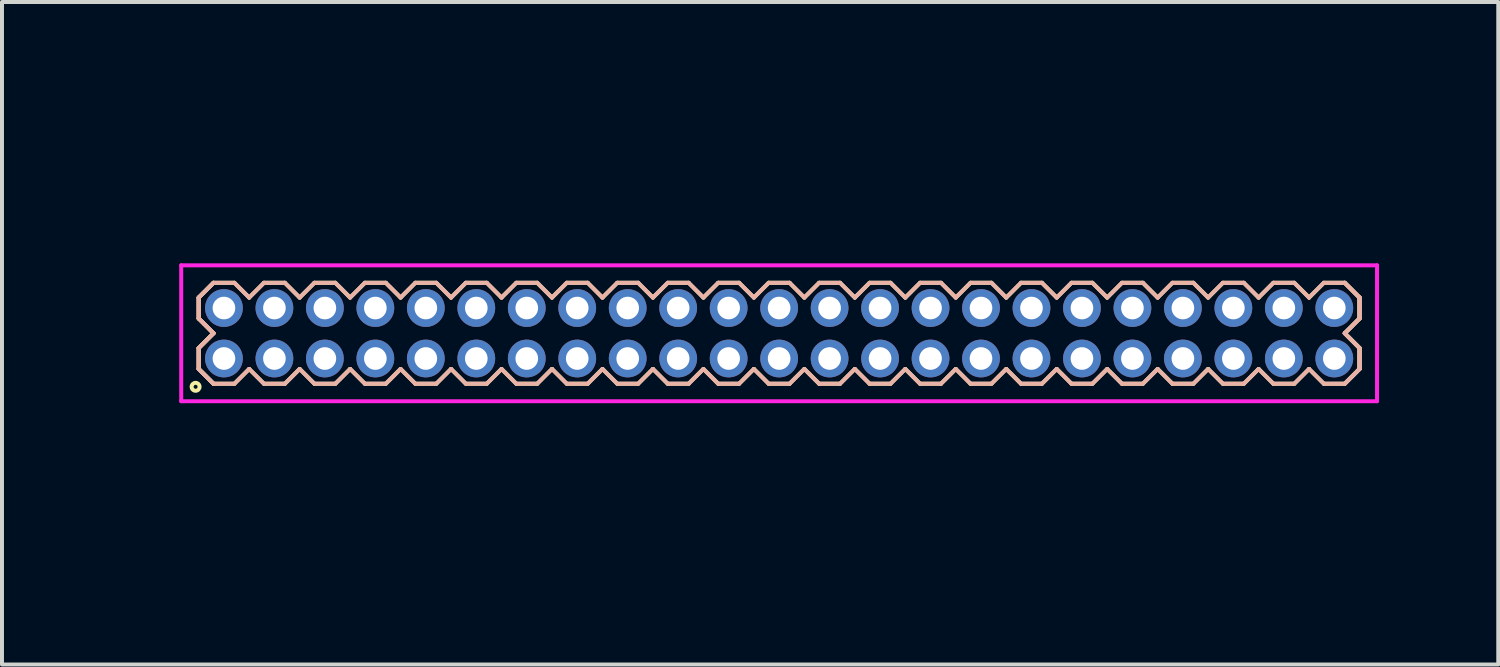
<source format=kicad_pcb>
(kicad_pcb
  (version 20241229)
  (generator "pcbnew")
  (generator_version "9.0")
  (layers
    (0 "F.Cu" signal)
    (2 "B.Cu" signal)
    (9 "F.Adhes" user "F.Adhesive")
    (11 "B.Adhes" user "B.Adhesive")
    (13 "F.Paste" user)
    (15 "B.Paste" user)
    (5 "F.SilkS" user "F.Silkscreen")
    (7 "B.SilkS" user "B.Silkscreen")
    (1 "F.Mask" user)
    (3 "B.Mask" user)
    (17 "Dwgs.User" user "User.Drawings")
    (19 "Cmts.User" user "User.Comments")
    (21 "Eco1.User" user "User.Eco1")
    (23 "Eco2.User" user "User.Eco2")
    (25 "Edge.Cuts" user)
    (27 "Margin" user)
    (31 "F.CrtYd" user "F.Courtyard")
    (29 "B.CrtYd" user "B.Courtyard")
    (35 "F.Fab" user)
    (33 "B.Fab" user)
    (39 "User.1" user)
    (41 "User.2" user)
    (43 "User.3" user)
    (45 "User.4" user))
  (footprint "HDR127P23x2"
    (layer "F.Cu")
    (at 16.555 5.336)
    (property "Reference" "HDR127P23x2" (at -15.795 0 90) (layer "User.1") (effects (font (size 1 1) (thickness 0.1))))
    (attr through_hole)
    (fp_line (start -14.605 -0.898) (end -14.233 -1.27) (stroke (width 0.1) (type solid)) (layer "F.SilkS"))
    (fp_line (start -14.605 -0.898) (end -14.233 -1.27) (stroke (width 0.1) (type solid)) (layer "F.SilkS"))
    (fp_line (start -14.605 -0.372) (end -14.605 -0.898) (stroke (width 0.1) (type solid)) (layer "F.SilkS"))
    (fp_line (start -14.605 -0.372) (end -14.605 -0.898) (stroke (width 0.1) (type solid)) (layer "F.SilkS"))
    (fp_line (start -14.605 0.372) (end -14.233 0) (stroke (width 0.1) (type solid)) (layer "F.SilkS"))
    (fp_line (start -14.605 0.372) (end -14.233 0) (stroke (width 0.1) (type solid)) (layer "F.SilkS"))
    (fp_line (start -14.605 0.898) (end -14.605 0.372) (stroke (width 0.1) (type solid)) (layer "F.SilkS"))
    (fp_line (start -14.605 0.898) (end -14.605 0.372) (stroke (width 0.1) (type solid)) (layer "F.SilkS"))
    (fp_line (start -14.233 -1.27) (end -13.707 -1.27) (stroke (width 0.1) (type solid)) (layer "F.SilkS"))
    (fp_line (start -14.233 0) (end -14.605 -0.372) (stroke (width 0.1) (type solid)) (layer "F.SilkS"))
    (fp_line (start -14.233 0) (end -14.605 -0.372) (stroke (width 0.1) (type solid)) (layer "F.SilkS"))
    (fp_line (start -14.233 1.27) (end -14.605 0.898) (stroke (width 0.1) (type solid)) (layer "F.SilkS"))
    (fp_line (start -14.233 1.27) (end -14.605 0.898) (stroke (width 0.1) (type solid)) (layer "F.SilkS"))
    (fp_line (start -13.707 -1.27) (end -13.335 -0.898) (stroke (width 0.1) (type solid)) (layer "F.SilkS"))
    (fp_line (start -13.707 1.27) (end -14.233 1.27) (stroke (width 0.1) (type solid)) (layer "F.SilkS"))
    (fp_line (start -13.335 -0.898) (end -12.963 -1.27) (stroke (width 0.1) (type solid)) (layer "F.SilkS"))
    (fp_line (start -13.335 0.898) (end -13.707 1.27) (stroke (width 0.1) (type solid)) (layer "F.SilkS"))
    (fp_line (start -12.963 -1.27) (end -12.437 -1.27) (stroke (width 0.1) (type solid)) (layer "F.SilkS"))
    (fp_line (start -12.963 1.27) (end -13.335 0.898) (stroke (width 0.1) (type solid)) (layer "F.SilkS"))
    (fp_line (start -12.437 -1.27) (end -12.065 -0.898) (stroke (width 0.1) (type solid)) (layer "F.SilkS"))
    (fp_line (start -12.437 1.27) (end -12.963 1.27) (stroke (width 0.1) (type solid)) (layer "F.SilkS"))
    (fp_line (start -12.065 -0.898) (end -11.693 -1.27) (stroke (width 0.1) (type solid)) (layer "F.SilkS"))
    (fp_line (start -12.065 0.898) (end -12.437 1.27) (stroke (width 0.1) (type solid)) (layer "F.SilkS"))
    (fp_line (start -11.693 -1.27) (end -11.167 -1.27) (stroke (width 0.1) (type solid)) (layer "F.SilkS"))
    (fp_line (start -11.693 1.27) (end -12.065 0.898) (stroke (width 0.1) (type solid)) (layer "F.SilkS"))
    (fp_line (start -11.167 -1.27) (end -10.795 -0.898) (stroke (width 0.1) (type solid)) (layer "F.SilkS"))
    (fp_line (start -11.167 1.27) (end -11.693 1.27) (stroke (width 0.1) (type solid)) (layer "F.SilkS"))
    (fp_line (start -10.795 -0.898) (end -10.423 -1.27) (stroke (width 0.1) (type solid)) (layer "F.SilkS"))
    (fp_line (start -10.795 0.898) (end -11.167 1.27) (stroke (width 0.1) (type solid)) (layer "F.SilkS"))
    (fp_line (start -10.423 -1.27) (end -9.897 -1.27) (stroke (width 0.1) (type solid)) (layer "F.SilkS"))
    (fp_line (start -10.423 1.27) (end -10.795 0.898) (stroke (width 0.1) (type solid)) (layer "F.SilkS"))
    (fp_line (start -9.897 -1.27) (end -9.525 -0.898) (stroke (width 0.1) (type solid)) (layer "F.SilkS"))
    (fp_line (start -9.897 1.27) (end -10.423 1.27) (stroke (width 0.1) (type solid)) (layer "F.SilkS"))
    (fp_line (start -9.525 -0.898) (end -9.153 -1.27) (stroke (width 0.1) (type solid)) (layer "F.SilkS"))
    (fp_line (start -9.525 0.898) (end -9.897 1.27) (stroke (width 0.1) (type solid)) (layer "F.SilkS"))
    (fp_line (start -9.153 -1.27) (end -8.627 -1.27) (stroke (width 0.1) (type solid)) (layer "F.SilkS"))
    (fp_line (start -9.153 1.27) (end -9.525 0.898) (stroke (width 0.1) (type solid)) (layer "F.SilkS"))
    (fp_line (start -8.627 -1.27) (end -8.255 -0.898) (stroke (width 0.1) (type solid)) (layer "F.SilkS"))
    (fp_line (start -8.627 1.27) (end -9.153 1.27) (stroke (width 0.1) (type solid)) (layer "F.SilkS"))
    (fp_line (start -8.255 -0.898) (end -7.883 -1.27) (stroke (width 0.1) (type solid)) (layer "F.SilkS"))
    (fp_line (start -8.255 0.898) (end -8.627 1.27) (stroke (width 0.1) (type solid)) (layer "F.SilkS"))
    (fp_line (start -7.883 -1.27) (end -7.357 -1.27) (stroke (width 0.1) (type solid)) (layer "F.SilkS"))
    (fp_line (start -7.883 1.27) (end -8.255 0.898) (stroke (width 0.1) (type solid)) (layer "F.SilkS"))
    (fp_line (start -7.357 -1.27) (end -6.985 -0.898) (stroke (width 0.1) (type solid)) (layer "F.SilkS"))
    (fp_line (start -7.357 1.27) (end -7.883 1.27) (stroke (width 0.1) (type solid)) (layer "F.SilkS"))
    (fp_line (start -6.985 -0.898) (end -6.613 -1.27) (stroke (width 0.1) (type solid)) (layer "F.SilkS"))
    (fp_line (start -6.985 0.898) (end -7.357 1.27) (stroke (width 0.1) (type solid)) (layer "F.SilkS"))
    (fp_line (start -6.613 -1.27) (end -6.087 -1.27) (stroke (width 0.1) (type solid)) (layer "F.SilkS"))
    (fp_line (start -6.613 1.27) (end -6.985 0.898) (stroke (width 0.1) (type solid)) (layer "F.SilkS"))
    (fp_line (start -6.087 -1.27) (end -5.715 -0.898) (stroke (width 0.1) (type solid)) (layer "F.SilkS"))
    (fp_line (start -6.087 1.27) (end -6.613 1.27) (stroke (width 0.1) (type solid)) (layer "F.SilkS"))
    (fp_line (start -5.715 -0.898) (end -5.343 -1.27) (stroke (width 0.1) (type solid)) (layer "F.SilkS"))
    (fp_line (start -5.715 0.898) (end -6.087 1.27) (stroke (width 0.1) (type solid)) (layer "F.SilkS"))
    (fp_line (start -5.343 -1.27) (end -4.817 -1.27) (stroke (width 0.1) (type solid)) (layer "F.SilkS"))
    (fp_line (start -5.343 1.27) (end -5.715 0.898) (stroke (width 0.1) (type solid)) (layer "F.SilkS"))
    (fp_line (start -4.817 -1.27) (end -4.445 -0.898) (stroke (width 0.1) (type solid)) (layer "F.SilkS"))
    (fp_line (start -4.817 1.27) (end -5.343 1.27) (stroke (width 0.1) (type solid)) (layer "F.SilkS"))
    (fp_line (start -4.445 -0.898) (end -4.073 -1.27) (stroke (width 0.1) (type solid)) (layer "F.SilkS"))
    (fp_line (start -4.445 0.898) (end -4.817 1.27) (stroke (width 0.1) (type solid)) (layer "F.SilkS"))
    (fp_line (start -4.073 -1.27) (end -3.547 -1.27) (stroke (width 0.1) (type solid)) (layer "F.SilkS"))
    (fp_line (start -4.073 1.27) (end -4.445 0.898) (stroke (width 0.1) (type solid)) (layer "F.SilkS"))
    (fp_line (start -3.547 -1.27) (end -3.175 -0.898) (stroke (width 0.1) (type solid)) (layer "F.SilkS"))
    (fp_line (start -3.547 1.27) (end -4.073 1.27) (stroke (width 0.1) (type solid)) (layer "F.SilkS"))
    (fp_line (start -3.175 -0.898) (end -2.803 -1.27) (stroke (width 0.1) (type solid)) (layer "F.SilkS"))
    (fp_line (start -3.175 0.898) (end -3.547 1.27) (stroke (width 0.1) (type solid)) (layer "F.SilkS"))
    (fp_line (start -2.803 -1.27) (end -2.277 -1.27) (stroke (width 0.1) (type solid)) (layer "F.SilkS"))
    (fp_line (start -2.803 1.27) (end -3.175 0.898) (stroke (width 0.1) (type solid)) (layer "F.SilkS"))
    (fp_line (start -2.277 -1.27) (end -1.905 -0.898) (stroke (width 0.1) (type solid)) (layer "F.SilkS"))
    (fp_line (start -2.277 1.27) (end -2.803 1.27) (stroke (width 0.1) (type solid)) (layer "F.SilkS"))
    (fp_line (start -1.905 -0.898) (end -1.533 -1.27) (stroke (width 0.1) (type solid)) (layer "F.SilkS"))
    (fp_line (start -1.905 0.898) (end -2.277 1.27) (stroke (width 0.1) (type solid)) (layer "F.SilkS"))
    (fp_line (start -1.533 -1.27) (end -1.007 -1.27) (stroke (width 0.1) (type solid)) (layer "F.SilkS"))
    (fp_line (start -1.533 1.27) (end -1.905 0.898) (stroke (width 0.1) (type solid)) (layer "F.SilkS"))
    (fp_line (start -1.007 -1.27) (end -0.635 -0.898) (stroke (width 0.1) (type solid)) (layer "F.SilkS"))
    (fp_line (start -1.007 1.27) (end -1.533 1.27) (stroke (width 0.1) (type solid)) (layer "F.SilkS"))
    (fp_line (start -0.635 -0.898) (end -0.263 -1.27) (stroke (width 0.1) (type solid)) (layer "F.SilkS"))
    (fp_line (start -0.635 0.898) (end -1.007 1.27) (stroke (width 0.1) (type solid)) (layer "F.SilkS"))
    (fp_line (start -0.263 -1.27) (end 0.263 -1.27) (stroke (width 0.1) (type solid)) (layer "F.SilkS"))
    (fp_line (start -0.263 1.27) (end -0.635 0.898) (stroke (width 0.1) (type solid)) (layer "F.SilkS"))
    (fp_line (start 0.263 -1.27) (end 0.635 -0.898) (stroke (width 0.1) (type solid)) (layer "F.SilkS"))
    (fp_line (start 0.263 1.27) (end -0.263 1.27) (stroke (width 0.1) (type solid)) (layer "F.SilkS"))
    (fp_line (start 0.635 -0.898) (end 1.007 -1.27) (stroke (width 0.1) (type solid)) (layer "F.SilkS"))
    (fp_line (start 0.635 0.898) (end 0.263 1.27) (stroke (width 0.1) (type solid)) (layer "F.SilkS"))
    (fp_line (start 1.007 -1.27) (end 1.533 -1.27) (stroke (width 0.1) (type solid)) (layer "F.SilkS"))
    (fp_line (start 1.007 1.27) (end 0.635 0.898) (stroke (width 0.1) (type solid)) (layer "F.SilkS"))
    (fp_line (start 1.533 -1.27) (end 1.905 -0.898) (stroke (width 0.1) (type solid)) (layer "F.SilkS"))
    (fp_line (start 1.533 1.27) (end 1.007 1.27) (stroke (width 0.1) (type solid)) (layer "F.SilkS"))
    (fp_line (start 1.905 -0.898) (end 2.277 -1.27) (stroke (width 0.1) (type solid)) (layer "F.SilkS"))
    (fp_line (start 1.905 0.898) (end 1.533 1.27) (stroke (width 0.1) (type solid)) (layer "F.SilkS"))
    (fp_line (start 2.277 -1.27) (end 2.803 -1.27) (stroke (width 0.1) (type solid)) (layer "F.SilkS"))
    (fp_line (start 2.277 1.27) (end 1.905 0.898) (stroke (width 0.1) (type solid)) (layer "F.SilkS"))
    (fp_line (start 2.803 -1.27) (end 3.175 -0.898) (stroke (width 0.1) (type solid)) (layer "F.SilkS"))
    (fp_line (start 2.803 1.27) (end 2.277 1.27) (stroke (width 0.1) (type solid)) (layer "F.SilkS"))
    (fp_line (start 3.175 -0.898) (end 3.547 -1.27) (stroke (width 0.1) (type solid)) (layer "F.SilkS"))
    (fp_line (start 3.175 0.898) (end 2.803 1.27) (stroke (width 0.1) (type solid)) (layer "F.SilkS"))
    (fp_line (start 3.547 -1.27) (end 4.073 -1.27) (stroke (width 0.1) (type solid)) (layer "F.SilkS"))
    (fp_line (start 3.547 1.27) (end 3.175 0.898) (stroke (width 0.1) (type solid)) (layer "F.SilkS"))
    (fp_line (start 4.073 -1.27) (end 4.445 -0.898) (stroke (width 0.1) (type solid)) (layer "F.SilkS"))
    (fp_line (start 4.073 1.27) (end 3.547 1.27) (stroke (width 0.1) (type solid)) (layer "F.SilkS"))
    (fp_line (start 4.445 -0.898) (end 4.817 -1.27) (stroke (width 0.1) (type solid)) (layer "F.SilkS"))
    (fp_line (start 4.445 0.898) (end 4.073 1.27) (stroke (width 0.1) (type solid)) (layer "F.SilkS"))
    (fp_line (start 4.817 -1.27) (end 5.343 -1.27) (stroke (width 0.1) (type solid)) (layer "F.SilkS"))
    (fp_line (start 4.817 1.27) (end 4.445 0.898) (stroke (width 0.1) (type solid)) (layer "F.SilkS"))
    (fp_line (start 5.343 -1.27) (end 5.715 -0.898) (stroke (width 0.1) (type solid)) (layer "F.SilkS"))
    (fp_line (start 5.343 1.27) (end 4.817 1.27) (stroke (width 0.1) (type solid)) (layer "F.SilkS"))
    (fp_line (start 5.715 -0.898) (end 6.087 -1.27) (stroke (width 0.1) (type solid)) (layer "F.SilkS"))
    (fp_line (start 5.715 0.898) (end 5.343 1.27) (stroke (width 0.1) (type solid)) (layer "F.SilkS"))
    (fp_line (start 6.087 -1.27) (end 6.613 -1.27) (stroke (width 0.1) (type solid)) (layer "F.SilkS"))
    (fp_line (start 6.087 1.27) (end 5.715 0.898) (stroke (width 0.1) (type solid)) (layer "F.SilkS"))
    (fp_line (start 6.613 -1.27) (end 6.985 -0.898) (stroke (width 0.1) (type solid)) (layer "F.SilkS"))
    (fp_line (start 6.613 1.27) (end 6.087 1.27) (stroke (width 0.1) (type solid)) (layer "F.SilkS"))
    (fp_line (start 6.985 -0.898) (end 7.357 -1.27) (stroke (width 0.1) (type solid)) (layer "F.SilkS"))
    (fp_line (start 6.985 0.898) (end 6.613 1.27) (stroke (width 0.1) (type solid)) (layer "F.SilkS"))
    (fp_line (start 7.357 -1.27) (end 7.883 -1.27) (stroke (width 0.1) (type solid)) (layer "F.SilkS"))
    (fp_line (start 7.357 1.27) (end 6.985 0.898) (stroke (width 0.1) (type solid)) (layer "F.SilkS"))
    (fp_line (start 7.883 -1.27) (end 8.255 -0.898) (stroke (width 0.1) (type solid)) (layer "F.SilkS"))
    (fp_line (start 7.883 1.27) (end 7.357 1.27) (stroke (width 0.1) (type solid)) (layer "F.SilkS"))
    (fp_line (start 8.255 -0.898) (end 8.627 -1.27) (stroke (width 0.1) (type solid)) (layer "F.SilkS"))
    (fp_line (start 8.255 0.898) (end 7.883 1.27) (stroke (width 0.1) (type solid)) (layer "F.SilkS"))
    (fp_line (start 8.627 -1.27) (end 9.153 -1.27) (stroke (width 0.1) (type solid)) (layer "F.SilkS"))
    (fp_line (start 8.627 1.27) (end 8.255 0.898) (stroke (width 0.1) (type solid)) (layer "F.SilkS"))
    (fp_line (start 9.153 -1.27) (end 9.525 -0.898) (stroke (width 0.1) (type solid)) (layer "F.SilkS"))
    (fp_line (start 9.153 1.27) (end 8.627 1.27) (stroke (width 0.1) (type solid)) (layer "F.SilkS"))
    (fp_line (start 9.525 -0.898) (end 9.897 -1.27) (stroke (width 0.1) (type solid)) (layer "F.SilkS"))
    (fp_line (start 9.525 0.898) (end 9.153 1.27) (stroke (width 0.1) (type solid)) (layer "F.SilkS"))
    (fp_line (start 9.897 -1.27) (end 10.423 -1.27) (stroke (width 0.1) (type solid)) (layer "F.SilkS"))
    (fp_line (start 9.897 1.27) (end 9.525 0.898) (stroke (width 0.1) (type solid)) (layer "F.SilkS"))
    (fp_line (start 10.423 -1.27) (end 10.795 -0.898) (stroke (width 0.1) (type solid)) (layer "F.SilkS"))
    (fp_line (start 10.423 1.27) (end 9.897 1.27) (stroke (width 0.1) (type solid)) (layer "F.SilkS"))
    (fp_line (start 10.795 -0.898) (end 11.167 -1.27) (stroke (width 0.1) (type solid)) (layer "F.SilkS"))
    (fp_line (start 10.795 0.898) (end 10.423 1.27) (stroke (width 0.1) (type solid)) (layer "F.SilkS"))
    (fp_line (start 11.167 -1.27) (end 11.693 -1.27) (stroke (width 0.1) (type solid)) (layer "F.SilkS"))
    (fp_line (start 11.167 1.27) (end 10.795 0.898) (stroke (width 0.1) (type solid)) (layer "F.SilkS"))
    (fp_line (start 11.693 -1.27) (end 12.065 -0.898) (stroke (width 0.1) (type solid)) (layer "F.SilkS"))
    (fp_line (start 11.693 1.27) (end 11.167 1.27) (stroke (width 0.1) (type solid)) (layer "F.SilkS"))
    (fp_line (start 12.065 -0.898) (end 12.437 -1.27) (stroke (width 0.1) (type solid)) (layer "F.SilkS"))
    (fp_line (start 12.065 0.898) (end 11.693 1.27) (stroke (width 0.1) (type solid)) (layer "F.SilkS"))
    (fp_line (start 12.437 -1.27) (end 12.963 -1.27) (stroke (width 0.1) (type solid)) (layer "F.SilkS"))
    (fp_line (start 12.437 1.27) (end 12.065 0.898) (stroke (width 0.1) (type solid)) (layer "F.SilkS"))
    (fp_line (start 12.963 -1.27) (end 13.335 -0.898) (stroke (width 0.1) (type solid)) (layer "F.SilkS"))
    (fp_line (start 12.963 1.27) (end 12.437 1.27) (stroke (width 0.1) (type solid)) (layer "F.SilkS"))
    (fp_line (start 13.335 -0.898) (end 13.707 -1.27) (stroke (width 0.1) (type solid)) (layer "F.SilkS"))
    (fp_line (start 13.335 0.898) (end 12.963 1.27) (stroke (width 0.1) (type solid)) (layer "F.SilkS"))
    (fp_line (start 13.707 -1.27) (end 14.233 -1.27) (stroke (width 0.1) (type solid)) (layer "F.SilkS"))
    (fp_line (start 13.707 1.27) (end 13.335 0.898) (stroke (width 0.1) (type solid)) (layer "F.SilkS"))
    (fp_line (start 14.233 -1.27) (end 14.605 -0.898) (stroke (width 0.1) (type solid)) (layer "F.SilkS"))
    (fp_line (start 14.233 -1.27) (end 14.605 -0.898) (stroke (width 0.1) (type solid)) (layer "F.SilkS"))
    (fp_line (start 14.233 0) (end 14.605 0.372) (stroke (width 0.1) (type solid)) (layer "F.SilkS"))
    (fp_line (start 14.233 0) (end 14.605 0.372) (stroke (width 0.1) (type solid)) (layer "F.SilkS"))
    (fp_line (start 14.233 1.27) (end 13.707 1.27) (stroke (width 0.1) (type solid)) (layer "F.SilkS"))
    (fp_line (start 14.605 -0.898) (end 14.605 -0.372) (stroke (width 0.1) (type solid)) (layer "F.SilkS"))
    (fp_line (start 14.605 -0.898) (end 14.605 -0.372) (stroke (width 0.1) (type solid)) (layer "F.SilkS"))
    (fp_line (start 14.605 -0.372) (end 14.233 0) (stroke (width 0.1) (type solid)) (layer "F.SilkS"))
    (fp_line (start 14.605 -0.372) (end 14.233 0) (stroke (width 0.1) (type solid)) (layer "F.SilkS"))
    (fp_line (start 14.605 0.372) (end 14.605 0.898) (stroke (width 0.1) (type solid)) (layer "F.SilkS"))
    (fp_line (start 14.605 0.372) (end 14.605 0.898) (stroke (width 0.1) (type solid)) (layer "F.SilkS"))
    (fp_line (start 14.605 0.898) (end 14.233 1.27) (stroke (width 0.1) (type solid)) (layer "F.SilkS"))
    (fp_line (start 14.605 0.898) (end 14.233 1.27) (stroke (width 0.1) (type solid)) (layer "F.SilkS"))
    (fp_circle (center -14.683 1.347) (end -14.583 1.347) (stroke (width 0.1) (type solid)) (fill no) (layer "F.SilkS"))
    (fp_line (start -14.605 -0.898) (end -14.233 -1.27) (stroke (width 0.1) (type solid)) (layer "B.SilkS"))
    (fp_line (start -14.605 -0.898) (end -14.233 -1.27) (stroke (width 0.1) (type solid)) (layer "B.SilkS"))
    (fp_line (start -14.605 -0.372) (end -14.605 -0.898) (stroke (width 0.1) (type solid)) (layer "B.SilkS"))
    (fp_line (start -14.605 -0.372) (end -14.605 -0.898) (stroke (width 0.1) (type solid)) (layer "B.SilkS"))
    (fp_line (start -14.605 0.372) (end -14.233 0) (stroke (width 0.1) (type solid)) (layer "B.SilkS"))
    (fp_line (start -14.605 0.372) (end -14.233 0) (stroke (width 0.1) (type solid)) (layer "B.SilkS"))
    (fp_line (start -14.605 0.898) (end -14.605 0.372) (stroke (width 0.1) (type solid)) (layer "B.SilkS"))
    (fp_line (start -14.605 0.898) (end -14.605 0.372) (stroke (width 0.1) (type solid)) (layer "B.SilkS"))
    (fp_line (start -14.233 -1.27) (end -13.707 -1.27) (stroke (width 0.1) (type solid)) (layer "B.SilkS"))
    (fp_line (start -14.233 0) (end -14.605 -0.372) (stroke (width 0.1) (type solid)) (layer "B.SilkS"))
    (fp_line (start -14.233 0) (end -14.605 -0.372) (stroke (width 0.1) (type solid)) (layer "B.SilkS"))
    (fp_line (start -14.233 1.27) (end -14.605 0.898) (stroke (width 0.1) (type solid)) (layer "B.SilkS"))
    (fp_line (start -14.233 1.27) (end -14.605 0.898) (stroke (width 0.1) (type solid)) (layer "B.SilkS"))
    (fp_line (start -13.707 -1.27) (end -13.335 -0.898) (stroke (width 0.1) (type solid)) (layer "B.SilkS"))
    (fp_line (start -13.707 1.27) (end -14.233 1.27) (stroke (width 0.1) (type solid)) (layer "B.SilkS"))
    (fp_line (start -13.335 -0.898) (end -12.963 -1.27) (stroke (width 0.1) (type solid)) (layer "B.SilkS"))
    (fp_line (start -13.335 0.898) (end -13.707 1.27) (stroke (width 0.1) (type solid)) (layer "B.SilkS"))
    (fp_line (start -12.963 -1.27) (end -12.437 -1.27) (stroke (width 0.1) (type solid)) (layer "B.SilkS"))
    (fp_line (start -12.963 1.27) (end -13.335 0.898) (stroke (width 0.1) (type solid)) (layer "B.SilkS"))
    (fp_line (start -12.437 -1.27) (end -12.065 -0.898) (stroke (width 0.1) (type solid)) (layer "B.SilkS"))
    (fp_line (start -12.437 1.27) (end -12.963 1.27) (stroke (width 0.1) (type solid)) (layer "B.SilkS"))
    (fp_line (start -12.065 -0.898) (end -11.693 -1.27) (stroke (width 0.1) (type solid)) (layer "B.SilkS"))
    (fp_line (start -12.065 0.898) (end -12.437 1.27) (stroke (width 0.1) (type solid)) (layer "B.SilkS"))
    (fp_line (start -11.693 -1.27) (end -11.167 -1.27) (stroke (width 0.1) (type solid)) (layer "B.SilkS"))
    (fp_line (start -11.693 1.27) (end -12.065 0.898) (stroke (width 0.1) (type solid)) (layer "B.SilkS"))
    (fp_line (start -11.167 -1.27) (end -10.795 -0.898) (stroke (width 0.1) (type solid)) (layer "B.SilkS"))
    (fp_line (start -11.167 1.27) (end -11.693 1.27) (stroke (width 0.1) (type solid)) (layer "B.SilkS"))
    (fp_line (start -10.795 -0.898) (end -10.423 -1.27) (stroke (width 0.1) (type solid)) (layer "B.SilkS"))
    (fp_line (start -10.795 0.898) (end -11.167 1.27) (stroke (width 0.1) (type solid)) (layer "B.SilkS"))
    (fp_line (start -10.423 -1.27) (end -9.897 -1.27) (stroke (width 0.1) (type solid)) (layer "B.SilkS"))
    (fp_line (start -10.423 1.27) (end -10.795 0.898) (stroke (width 0.1) (type solid)) (layer "B.SilkS"))
    (fp_line (start -9.897 -1.27) (end -9.525 -0.898) (stroke (width 0.1) (type solid)) (layer "B.SilkS"))
    (fp_line (start -9.897 1.27) (end -10.423 1.27) (stroke (width 0.1) (type solid)) (layer "B.SilkS"))
    (fp_line (start -9.525 -0.898) (end -9.153 -1.27) (stroke (width 0.1) (type solid)) (layer "B.SilkS"))
    (fp_line (start -9.525 0.898) (end -9.897 1.27) (stroke (width 0.1) (type solid)) (layer "B.SilkS"))
    (fp_line (start -9.153 -1.27) (end -8.627 -1.27) (stroke (width 0.1) (type solid)) (layer "B.SilkS"))
    (fp_line (start -9.153 1.27) (end -9.525 0.898) (stroke (width 0.1) (type solid)) (layer "B.SilkS"))
    (fp_line (start -8.627 -1.27) (end -8.255 -0.898) (stroke (width 0.1) (type solid)) (layer "B.SilkS"))
    (fp_line (start -8.627 1.27) (end -9.153 1.27) (stroke (width 0.1) (type solid)) (layer "B.SilkS"))
    (fp_line (start -8.255 -0.898) (end -7.883 -1.27) (stroke (width 0.1) (type solid)) (layer "B.SilkS"))
    (fp_line (start -8.255 0.898) (end -8.627 1.27) (stroke (width 0.1) (type solid)) (layer "B.SilkS"))
    (fp_line (start -7.883 -1.27) (end -7.357 -1.27) (stroke (width 0.1) (type solid)) (layer "B.SilkS"))
    (fp_line (start -7.883 1.27) (end -8.255 0.898) (stroke (width 0.1) (type solid)) (layer "B.SilkS"))
    (fp_line (start -7.357 -1.27) (end -6.985 -0.898) (stroke (width 0.1) (type solid)) (layer "B.SilkS"))
    (fp_line (start -7.357 1.27) (end -7.883 1.27) (stroke (width 0.1) (type solid)) (layer "B.SilkS"))
    (fp_line (start -6.985 -0.898) (end -6.613 -1.27) (stroke (width 0.1) (type solid)) (layer "B.SilkS"))
    (fp_line (start -6.985 0.898) (end -7.357 1.27) (stroke (width 0.1) (type solid)) (layer "B.SilkS"))
    (fp_line (start -6.613 -1.27) (end -6.087 -1.27) (stroke (width 0.1) (type solid)) (layer "B.SilkS"))
    (fp_line (start -6.613 1.27) (end -6.985 0.898) (stroke (width 0.1) (type solid)) (layer "B.SilkS"))
    (fp_line (start -6.087 -1.27) (end -5.715 -0.898) (stroke (width 0.1) (type solid)) (layer "B.SilkS"))
    (fp_line (start -6.087 1.27) (end -6.613 1.27) (stroke (width 0.1) (type solid)) (layer "B.SilkS"))
    (fp_line (start -5.715 -0.898) (end -5.343 -1.27) (stroke (width 0.1) (type solid)) (layer "B.SilkS"))
    (fp_line (start -5.715 0.898) (end -6.087 1.27) (stroke (width 0.1) (type solid)) (layer "B.SilkS"))
    (fp_line (start -5.343 -1.27) (end -4.817 -1.27) (stroke (width 0.1) (type solid)) (layer "B.SilkS"))
    (fp_line (start -5.343 1.27) (end -5.715 0.898) (stroke (width 0.1) (type solid)) (layer "B.SilkS"))
    (fp_line (start -4.817 -1.27) (end -4.445 -0.898) (stroke (width 0.1) (type solid)) (layer "B.SilkS"))
    (fp_line (start -4.817 1.27) (end -5.343 1.27) (stroke (width 0.1) (type solid)) (layer "B.SilkS"))
    (fp_line (start -4.445 -0.898) (end -4.073 -1.27) (stroke (width 0.1) (type solid)) (layer "B.SilkS"))
    (fp_line (start -4.445 0.898) (end -4.817 1.27) (stroke (width 0.1) (type solid)) (layer "B.SilkS"))
    (fp_line (start -4.073 -1.27) (end -3.547 -1.27) (stroke (width 0.1) (type solid)) (layer "B.SilkS"))
    (fp_line (start -4.073 1.27) (end -4.445 0.898) (stroke (width 0.1) (type solid)) (layer "B.SilkS"))
    (fp_line (start -3.547 -1.27) (end -3.175 -0.898) (stroke (width 0.1) (type solid)) (layer "B.SilkS"))
    (fp_line (start -3.547 1.27) (end -4.073 1.27) (stroke (width 0.1) (type solid)) (layer "B.SilkS"))
    (fp_line (start -3.175 -0.898) (end -2.803 -1.27) (stroke (width 0.1) (type solid)) (layer "B.SilkS"))
    (fp_line (start -3.175 0.898) (end -3.547 1.27) (stroke (width 0.1) (type solid)) (layer "B.SilkS"))
    (fp_line (start -2.803 -1.27) (end -2.277 -1.27) (stroke (width 0.1) (type solid)) (layer "B.SilkS"))
    (fp_line (start -2.803 1.27) (end -3.175 0.898) (stroke (width 0.1) (type solid)) (layer "B.SilkS"))
    (fp_line (start -2.277 -1.27) (end -1.905 -0.898) (stroke (width 0.1) (type solid)) (layer "B.SilkS"))
    (fp_line (start -2.277 1.27) (end -2.803 1.27) (stroke (width 0.1) (type solid)) (layer "B.SilkS"))
    (fp_line (start -1.905 -0.898) (end -1.533 -1.27) (stroke (width 0.1) (type solid)) (layer "B.SilkS"))
    (fp_line (start -1.905 0.898) (end -2.277 1.27) (stroke (width 0.1) (type solid)) (layer "B.SilkS"))
    (fp_line (start -1.533 -1.27) (end -1.007 -1.27) (stroke (width 0.1) (type solid)) (layer "B.SilkS"))
    (fp_line (start -1.533 1.27) (end -1.905 0.898) (stroke (width 0.1) (type solid)) (layer "B.SilkS"))
    (fp_line (start -1.007 -1.27) (end -0.635 -0.898) (stroke (width 0.1) (type solid)) (layer "B.SilkS"))
    (fp_line (start -1.007 1.27) (end -1.533 1.27) (stroke (width 0.1) (type solid)) (layer "B.SilkS"))
    (fp_line (start -0.635 -0.898) (end -0.263 -1.27) (stroke (width 0.1) (type solid)) (layer "B.SilkS"))
    (fp_line (start -0.635 0.898) (end -1.007 1.27) (stroke (width 0.1) (type solid)) (layer "B.SilkS"))
    (fp_line (start -0.263 -1.27) (end 0.263 -1.27) (stroke (width 0.1) (type solid)) (layer "B.SilkS"))
    (fp_line (start -0.263 1.27) (end -0.635 0.898) (stroke (width 0.1) (type solid)) (layer "B.SilkS"))
    (fp_line (start 0.263 -1.27) (end 0.635 -0.898) (stroke (width 0.1) (type solid)) (layer "B.SilkS"))
    (fp_line (start 0.263 1.27) (end -0.263 1.27) (stroke (width 0.1) (type solid)) (layer "B.SilkS"))
    (fp_line (start 0.635 -0.898) (end 1.007 -1.27) (stroke (width 0.1) (type solid)) (layer "B.SilkS"))
    (fp_line (start 0.635 0.898) (end 0.263 1.27) (stroke (width 0.1) (type solid)) (layer "B.SilkS"))
    (fp_line (start 1.007 -1.27) (end 1.533 -1.27) (stroke (width 0.1) (type solid)) (layer "B.SilkS"))
    (fp_line (start 1.007 1.27) (end 0.635 0.898) (stroke (width 0.1) (type solid)) (layer "B.SilkS"))
    (fp_line (start 1.533 -1.27) (end 1.905 -0.898) (stroke (width 0.1) (type solid)) (layer "B.SilkS"))
    (fp_line (start 1.533 1.27) (end 1.007 1.27) (stroke (width 0.1) (type solid)) (layer "B.SilkS"))
    (fp_line (start 1.905 -0.898) (end 2.277 -1.27) (stroke (width 0.1) (type solid)) (layer "B.SilkS"))
    (fp_line (start 1.905 0.898) (end 1.533 1.27) (stroke (width 0.1) (type solid)) (layer "B.SilkS"))
    (fp_line (start 2.277 -1.27) (end 2.803 -1.27) (stroke (width 0.1) (type solid)) (layer "B.SilkS"))
    (fp_line (start 2.277 1.27) (end 1.905 0.898) (stroke (width 0.1) (type solid)) (layer "B.SilkS"))
    (fp_line (start 2.803 -1.27) (end 3.175 -0.898) (stroke (width 0.1) (type solid)) (layer "B.SilkS"))
    (fp_line (start 2.803 1.27) (end 2.277 1.27) (stroke (width 0.1) (type solid)) (layer "B.SilkS"))
    (fp_line (start 3.175 -0.898) (end 3.547 -1.27) (stroke (width 0.1) (type solid)) (layer "B.SilkS"))
    (fp_line (start 3.175 0.898) (end 2.803 1.27) (stroke (width 0.1) (type solid)) (layer "B.SilkS"))
    (fp_line (start 3.547 -1.27) (end 4.073 -1.27) (stroke (width 0.1) (type solid)) (layer "B.SilkS"))
    (fp_line (start 3.547 1.27) (end 3.175 0.898) (stroke (width 0.1) (type solid)) (layer "B.SilkS"))
    (fp_line (start 4.073 -1.27) (end 4.445 -0.898) (stroke (width 0.1) (type solid)) (layer "B.SilkS"))
    (fp_line (start 4.073 1.27) (end 3.547 1.27) (stroke (width 0.1) (type solid)) (layer "B.SilkS"))
    (fp_line (start 4.445 -0.898) (end 4.817 -1.27) (stroke (width 0.1) (type solid)) (layer "B.SilkS"))
    (fp_line (start 4.445 0.898) (end 4.073 1.27) (stroke (width 0.1) (type solid)) (layer "B.SilkS"))
    (fp_line (start 4.817 -1.27) (end 5.343 -1.27) (stroke (width 0.1) (type solid)) (layer "B.SilkS"))
    (fp_line (start 4.817 1.27) (end 4.445 0.898) (stroke (width 0.1) (type solid)) (layer "B.SilkS"))
    (fp_line (start 5.343 -1.27) (end 5.715 -0.898) (stroke (width 0.1) (type solid)) (layer "B.SilkS"))
    (fp_line (start 5.343 1.27) (end 4.817 1.27) (stroke (width 0.1) (type solid)) (layer "B.SilkS"))
    (fp_line (start 5.715 -0.898) (end 6.087 -1.27) (stroke (width 0.1) (type solid)) (layer "B.SilkS"))
    (fp_line (start 5.715 0.898) (end 5.343 1.27) (stroke (width 0.1) (type solid)) (layer "B.SilkS"))
    (fp_line (start 6.087 -1.27) (end 6.613 -1.27) (stroke (width 0.1) (type solid)) (layer "B.SilkS"))
    (fp_line (start 6.087 1.27) (end 5.715 0.898) (stroke (width 0.1) (type solid)) (layer "B.SilkS"))
    (fp_line (start 6.613 -1.27) (end 6.985 -0.898) (stroke (width 0.1) (type solid)) (layer "B.SilkS"))
    (fp_line (start 6.613 1.27) (end 6.087 1.27) (stroke (width 0.1) (type solid)) (layer "B.SilkS"))
    (fp_line (start 6.985 -0.898) (end 7.357 -1.27) (stroke (width 0.1) (type solid)) (layer "B.SilkS"))
    (fp_line (start 6.985 0.898) (end 6.613 1.27) (stroke (width 0.1) (type solid)) (layer "B.SilkS"))
    (fp_line (start 7.357 -1.27) (end 7.883 -1.27) (stroke (width 0.1) (type solid)) (layer "B.SilkS"))
    (fp_line (start 7.357 1.27) (end 6.985 0.898) (stroke (width 0.1) (type solid)) (layer "B.SilkS"))
    (fp_line (start 7.883 -1.27) (end 8.255 -0.898) (stroke (width 0.1) (type solid)) (layer "B.SilkS"))
    (fp_line (start 7.883 1.27) (end 7.357 1.27) (stroke (width 0.1) (type solid)) (layer "B.SilkS"))
    (fp_line (start 8.255 -0.898) (end 8.627 -1.27) (stroke (width 0.1) (type solid)) (layer "B.SilkS"))
    (fp_line (start 8.255 0.898) (end 7.883 1.27) (stroke (width 0.1) (type solid)) (layer "B.SilkS"))
    (fp_line (start 8.627 -1.27) (end 9.153 -1.27) (stroke (width 0.1) (type solid)) (layer "B.SilkS"))
    (fp_line (start 8.627 1.27) (end 8.255 0.898) (stroke (width 0.1) (type solid)) (layer "B.SilkS"))
    (fp_line (start 9.153 -1.27) (end 9.525 -0.898) (stroke (width 0.1) (type solid)) (layer "B.SilkS"))
    (fp_line (start 9.153 1.27) (end 8.627 1.27) (stroke (width 0.1) (type solid)) (layer "B.SilkS"))
    (fp_line (start 9.525 -0.898) (end 9.897 -1.27) (stroke (width 0.1) (type solid)) (layer "B.SilkS"))
    (fp_line (start 9.525 0.898) (end 9.153 1.27) (stroke (width 0.1) (type solid)) (layer "B.SilkS"))
    (fp_line (start 9.897 -1.27) (end 10.423 -1.27) (stroke (width 0.1) (type solid)) (layer "B.SilkS"))
    (fp_line (start 9.897 1.27) (end 9.525 0.898) (stroke (width 0.1) (type solid)) (layer "B.SilkS"))
    (fp_line (start 10.423 -1.27) (end 10.795 -0.898) (stroke (width 0.1) (type solid)) (layer "B.SilkS"))
    (fp_line (start 10.423 1.27) (end 9.897 1.27) (stroke (width 0.1) (type solid)) (layer "B.SilkS"))
    (fp_line (start 10.795 -0.898) (end 11.167 -1.27) (stroke (width 0.1) (type solid)) (layer "B.SilkS"))
    (fp_line (start 10.795 0.898) (end 10.423 1.27) (stroke (width 0.1) (type solid)) (layer "B.SilkS"))
    (fp_line (start 11.167 -1.27) (end 11.693 -1.27) (stroke (width 0.1) (type solid)) (layer "B.SilkS"))
    (fp_line (start 11.167 1.27) (end 10.795 0.898) (stroke (width 0.1) (type solid)) (layer "B.SilkS"))
    (fp_line (start 11.693 -1.27) (end 12.065 -0.898) (stroke (width 0.1) (type solid)) (layer "B.SilkS"))
    (fp_line (start 11.693 1.27) (end 11.167 1.27) (stroke (width 0.1) (type solid)) (layer "B.SilkS"))
    (fp_line (start 12.065 -0.898) (end 12.437 -1.27) (stroke (width 0.1) (type solid)) (layer "B.SilkS"))
    (fp_line (start 12.065 0.898) (end 11.693 1.27) (stroke (width 0.1) (type solid)) (layer "B.SilkS"))
    (fp_line (start 12.437 -1.27) (end 12.963 -1.27) (stroke (width 0.1) (type solid)) (layer "B.SilkS"))
    (fp_line (start 12.437 1.27) (end 12.065 0.898) (stroke (width 0.1) (type solid)) (layer "B.SilkS"))
    (fp_line (start 12.963 -1.27) (end 13.335 -0.898) (stroke (width 0.1) (type solid)) (layer "B.SilkS"))
    (fp_line (start 12.963 1.27) (end 12.437 1.27) (stroke (width 0.1) (type solid)) (layer "B.SilkS"))
    (fp_line (start 13.335 -0.898) (end 13.707 -1.27) (stroke (width 0.1) (type solid)) (layer "B.SilkS"))
    (fp_line (start 13.335 0.898) (end 12.963 1.27) (stroke (width 0.1) (type solid)) (layer "B.SilkS"))
    (fp_line (start 13.707 -1.27) (end 14.233 -1.27) (stroke (width 0.1) (type solid)) (layer "B.SilkS"))
    (fp_line (start 13.707 1.27) (end 13.335 0.898) (stroke (width 0.1) (type solid)) (layer "B.SilkS"))
    (fp_line (start 14.233 -1.27) (end 14.605 -0.898) (stroke (width 0.1) (type solid)) (layer "B.SilkS"))
    (fp_line (start 14.233 -1.27) (end 14.605 -0.898) (stroke (width 0.1) (type solid)) (layer "B.SilkS"))
    (fp_line (start 14.233 0) (end 14.605 0.372) (stroke (width 0.1) (type solid)) (layer "B.SilkS"))
    (fp_line (start 14.233 0) (end 14.605 0.372) (stroke (width 0.1) (type solid)) (layer "B.SilkS"))
    (fp_line (start 14.233 1.27) (end 13.707 1.27) (stroke (width 0.1) (type solid)) (layer "B.SilkS"))
    (fp_line (start 14.605 -0.898) (end 14.605 -0.372) (stroke (width 0.1) (type solid)) (layer "B.SilkS"))
    (fp_line (start 14.605 -0.898) (end 14.605 -0.372) (stroke (width 0.1) (type solid)) (layer "B.SilkS"))
    (fp_line (start 14.605 -0.372) (end 14.233 0) (stroke (width 0.1) (type solid)) (layer "B.SilkS"))
    (fp_line (start 14.605 -0.372) (end 14.233 0) (stroke (width 0.1) (type solid)) (layer "B.SilkS"))
    (fp_line (start 14.605 0.372) (end 14.605 0.898) (stroke (width 0.1) (type solid)) (layer "B.SilkS"))
    (fp_line (start 14.605 0.372) (end 14.605 0.898) (stroke (width 0.1) (type solid)) (layer "B.SilkS"))
    (fp_line (start 14.605 0.898) (end 14.233 1.27) (stroke (width 0.1) (type solid)) (layer "B.SilkS"))
    (fp_line (start 14.605 0.898) (end 14.233 1.27) (stroke (width 0.1) (type solid)) (layer "B.SilkS"))
    (fp_line (start -15.045 -1.71) (end -15.045 1.71) (stroke (width 0.1) (type solid)) (layer "F.CrtYd"))
    (fp_line (start -15.045 1.71) (end 15.045 1.71) (stroke (width 0.1) (type solid)) (layer "F.CrtYd"))
    (fp_line (start 15.045 -1.71) (end -15.045 -1.71) (stroke (width 0.1) (type solid)) (layer "F.CrtYd"))
    (fp_line (start 15.045 1.71) (end 15.045 -1.71) (stroke (width 0.1) (type solid)) (layer "F.CrtYd"))
    (pad "1" thru_hole oval (at -13.97 0.635) (size 0.95 0.95) (drill 0.57) (layers "*.Cu" "*.Mask"))
    (pad "2" thru_hole oval (at -13.97 -0.635) (size 0.95 0.95) (drill 0.57) (layers "*.Cu" "*.Mask"))
    (pad "3" thru_hole oval (at -12.7 0.635) (size 0.95 0.95) (drill 0.57) (layers "*.Cu" "*.Mask"))
    (pad "4" thru_hole oval (at -12.7 -0.635) (size 0.95 0.95) (drill 0.57) (layers "*.Cu" "*.Mask"))
    (pad "5" thru_hole oval (at -11.43 0.635) (size 0.95 0.95) (drill 0.57) (layers "*.Cu" "*.Mask"))
    (pad "6" thru_hole oval (at -11.43 -0.635) (size 0.95 0.95) (drill 0.57) (layers "*.Cu" "*.Mask"))
    (pad "7" thru_hole oval (at -10.16 0.635) (size 0.95 0.95) (drill 0.57) (layers "*.Cu" "*.Mask"))
    (pad "8" thru_hole oval (at -10.16 -0.635) (size 0.95 0.95) (drill 0.57) (layers "*.Cu" "*.Mask"))
    (pad "9" thru_hole oval (at -8.89 0.635) (size 0.95 0.95) (drill 0.57) (layers "*.Cu" "*.Mask"))
    (pad "10" thru_hole oval (at -8.89 -0.635) (size 0.95 0.95) (drill 0.57) (layers "*.Cu" "*.Mask"))
    (pad "11" thru_hole oval (at -7.62 0.635) (size 0.95 0.95) (drill 0.57) (layers "*.Cu" "*.Mask"))
    (pad "12" thru_hole oval (at -7.62 -0.635) (size 0.95 0.95) (drill 0.57) (layers "*.Cu" "*.Mask"))
    (pad "13" thru_hole oval (at -6.35 0.635) (size 0.95 0.95) (drill 0.57) (layers "*.Cu" "*.Mask"))
    (pad "14" thru_hole oval (at -6.35 -0.635) (size 0.95 0.95) (drill 0.57) (layers "*.Cu" "*.Mask"))
    (pad "15" thru_hole oval (at -5.08 0.635) (size 0.95 0.95) (drill 0.57) (layers "*.Cu" "*.Mask"))
    (pad "16" thru_hole oval (at -5.08 -0.635) (size 0.95 0.95) (drill 0.57) (layers "*.Cu" "*.Mask"))
    (pad "17" thru_hole oval (at -3.81 0.635) (size 0.95 0.95) (drill 0.57) (layers "*.Cu" "*.Mask"))
    (pad "18" thru_hole oval (at -3.81 -0.635) (size 0.95 0.95) (drill 0.57) (layers "*.Cu" "*.Mask"))
    (pad "19" thru_hole oval (at -2.54 0.635) (size 0.95 0.95) (drill 0.57) (layers "*.Cu" "*.Mask"))
    (pad "20" thru_hole oval (at -2.54 -0.635) (size 0.95 0.95) (drill 0.57) (layers "*.Cu" "*.Mask"))
    (pad "21" thru_hole oval (at -1.27 0.635) (size 0.95 0.95) (drill 0.57) (layers "*.Cu" "*.Mask"))
    (pad "22" thru_hole oval (at -1.27 -0.635) (size 0.95 0.95) (drill 0.57) (layers "*.Cu" "*.Mask"))
    (pad "23" thru_hole oval (at 0 0.635) (size 0.95 0.95) (drill 0.57) (layers "*.Cu" "*.Mask"))
    (pad "24" thru_hole oval (at 0 -0.635) (size 0.95 0.95) (drill 0.57) (layers "*.Cu" "*.Mask"))
    (pad "25" thru_hole oval (at 1.27 0.635) (size 0.95 0.95) (drill 0.57) (layers "*.Cu" "*.Mask"))
    (pad "26" thru_hole oval (at 1.27 -0.635) (size 0.95 0.95) (drill 0.57) (layers "*.Cu" "*.Mask"))
    (pad "27" thru_hole oval (at 2.54 0.635) (size 0.95 0.95) (drill 0.57) (layers "*.Cu" "*.Mask"))
    (pad "28" thru_hole oval (at 2.54 -0.635) (size 0.95 0.95) (drill 0.57) (layers "*.Cu" "*.Mask"))
    (pad "29" thru_hole oval (at 3.81 0.635) (size 0.95 0.95) (drill 0.57) (layers "*.Cu" "*.Mask"))
    (pad "30" thru_hole oval (at 3.81 -0.635) (size 0.95 0.95) (drill 0.57) (layers "*.Cu" "*.Mask"))
    (pad "31" thru_hole oval (at 5.08 0.635) (size 0.95 0.95) (drill 0.57) (layers "*.Cu" "*.Mask"))
    (pad "32" thru_hole oval (at 5.08 -0.635) (size 0.95 0.95) (drill 0.57) (layers "*.Cu" "*.Mask"))
    (pad "33" thru_hole oval (at 6.35 0.635) (size 0.95 0.95) (drill 0.57) (layers "*.Cu" "*.Mask"))
    (pad "34" thru_hole oval (at 6.35 -0.635) (size 0.95 0.95) (drill 0.57) (layers "*.Cu" "*.Mask"))
    (pad "35" thru_hole oval (at 7.62 0.635) (size 0.95 0.95) (drill 0.57) (layers "*.Cu" "*.Mask"))
    (pad "36" thru_hole oval (at 7.62 -0.635) (size 0.95 0.95) (drill 0.57) (layers "*.Cu" "*.Mask"))
    (pad "37" thru_hole oval (at 8.89 0.635) (size 0.95 0.95) (drill 0.57) (layers "*.Cu" "*.Mask"))
    (pad "38" thru_hole oval (at 8.89 -0.635) (size 0.95 0.95) (drill 0.57) (layers "*.Cu" "*.Mask"))
    (pad "39" thru_hole oval (at 10.16 0.635) (size 0.95 0.95) (drill 0.57) (layers "*.Cu" "*.Mask"))
    (pad "40" thru_hole oval (at 10.16 -0.635) (size 0.95 0.95) (drill 0.57) (layers "*.Cu" "*.Mask"))
    (pad "41" thru_hole oval (at 11.43 0.635) (size 0.95 0.95) (drill 0.57) (layers "*.Cu" "*.Mask"))
    (pad "42" thru_hole oval (at 11.43 -0.635) (size 0.95 0.95) (drill 0.57) (layers "*.Cu" "*.Mask"))
    (pad "43" thru_hole oval (at 12.7 0.635) (size 0.95 0.95) (drill 0.57) (layers "*.Cu" "*.Mask"))
    (pad "44" thru_hole oval (at 12.7 -0.635) (size 0.95 0.95) (drill 0.57) (layers "*.Cu" "*.Mask"))
    (pad "45" thru_hole oval (at 13.97 0.635) (size 0.95 0.95) (drill 0.57) (layers "*.Cu" "*.Mask"))
    (pad "46" thru_hole oval (at 13.97 -0.635) (size 0.95 0.95) (drill 0.57) (layers "*.Cu" "*.Mask")))
  (gr_rect
    (start -3 -3)
    (end 34.651 13.671)
    (stroke (width 0.1) (type default))
    (fill no)
    (layer "Edge.Cuts")))
</source>
